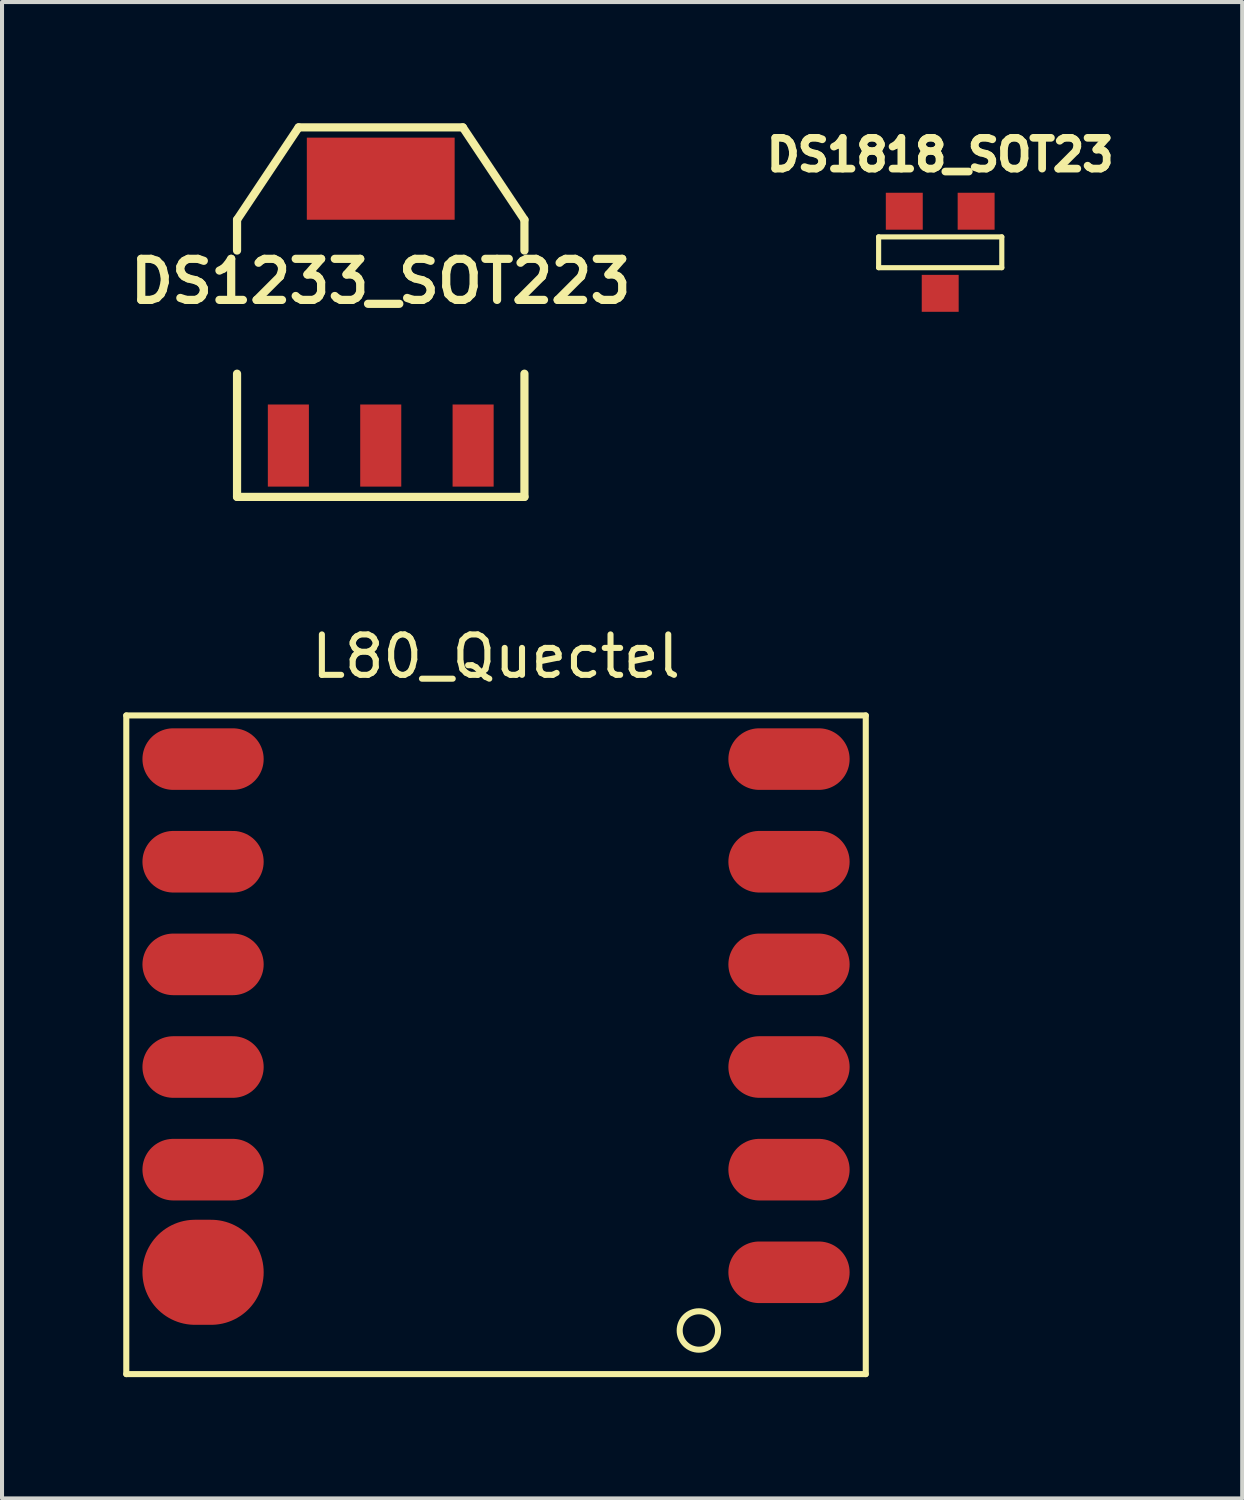
<source format=kicad_pcb>
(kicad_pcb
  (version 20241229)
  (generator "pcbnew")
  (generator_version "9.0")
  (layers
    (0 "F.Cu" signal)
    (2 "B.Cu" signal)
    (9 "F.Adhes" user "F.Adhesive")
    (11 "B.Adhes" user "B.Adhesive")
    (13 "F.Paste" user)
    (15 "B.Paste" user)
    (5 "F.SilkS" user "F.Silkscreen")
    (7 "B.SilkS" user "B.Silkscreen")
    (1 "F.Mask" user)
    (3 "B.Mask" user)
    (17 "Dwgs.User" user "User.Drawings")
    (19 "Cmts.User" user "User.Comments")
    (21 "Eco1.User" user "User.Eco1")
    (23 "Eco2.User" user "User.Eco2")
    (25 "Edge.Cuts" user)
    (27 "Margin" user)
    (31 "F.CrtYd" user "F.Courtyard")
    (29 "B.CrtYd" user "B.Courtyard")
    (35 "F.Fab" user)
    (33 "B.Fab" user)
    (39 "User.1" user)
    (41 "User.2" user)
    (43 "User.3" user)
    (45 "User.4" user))
  (footprint "L80_Quectel"
    (layer "F.Cu")
    (at 9.225 22.085)
    (property "Reference" "L80_Quectel" (at 0 -8.89 0) (layer "F.SilkS") (effects (font (size 1 1) (thickness 0.15))))
    (attr through_hole)
    (fp_line (start -9.15 -7.43) (end -9.15 8.87) (stroke (width 0.15) (type solid)) (layer "F.SilkS"))
    (fp_line (start -9.15 8.87) (end 9.15 8.87) (stroke (width 0.15) (type solid)) (layer "F.SilkS"))
    (fp_line (start 9.15 -7.43) (end -9.15 -7.43) (stroke (width 0.15) (type solid)) (layer "F.SilkS"))
    (fp_line (start 9.15 -7.43) (end 9.15 8.87) (stroke (width 0.15) (type solid)) (layer "F.SilkS"))
    (fp_circle (center 5.02 7.79) (end 5.38 8.1) (stroke (width 0.15) (type solid)) (fill no) (layer "F.SilkS"))
    (pad "1" smd oval (at 7.25 6.35) (size 3 1.524) (layers "F.Cu" "F.Mask" "F.Paste"))
    (pad "2" smd oval (at 7.25 3.81) (size 3 1.524) (layers "F.Cu" "F.Mask" "F.Paste"))
    (pad "3" smd oval (at 7.25 1.27) (size 3 1.524) (layers "F.Cu" "F.Mask" "F.Paste"))
    (pad "4" smd oval (at 7.25 -1.27) (size 3 1.524) (layers "F.Cu" "F.Mask" "F.Paste"))
    (pad "5" smd oval (at 7.25 -3.81) (size 3 1.524) (layers "F.Cu" "F.Mask" "F.Paste"))
    (pad "6" smd oval (at 7.25 -6.35) (size 3 1.524) (layers "F.Cu" "F.Mask" "F.Paste"))
    (pad "7" smd oval (at -7.25 -6.35) (size 3 1.524) (layers "F.Cu" "F.Mask" "F.Paste"))
    (pad "8" smd oval (at -7.25 -3.81) (size 3 1.524) (layers "F.Cu" "F.Mask" "F.Paste"))
    (pad "9" smd oval (at -7.25 -1.27) (size 3 1.524) (layers "F.Cu" "F.Mask" "F.Paste"))
    (pad "10" smd oval (at -7.25 1.27) (size 3 1.524) (layers "F.Cu" "F.Mask" "F.Paste"))
    (pad "11" smd oval (at -7.25 3.81) (size 3 1.524) (layers "F.Cu" "F.Mask" "F.Paste"))
    (pad "12" smd oval (at -7.25 6.35) (size 3 2.6) (layers "F.Cu" "F.Mask" "F.Paste")))
  (footprint "DS1233_SOT223"
    (layer "F.Cu")
    (at 6.372 4.674)
    (property "Reference" "DS1233_SOT223" (at 0 -0.762 0) (layer "F.SilkS") (effects (font (size 1.016 1.016) (thickness 0.203))))
    (attr smd)
    (fp_line (start -3.556 -2.286) (end -2.032 -4.572) (stroke (width 0.203) (type solid)) (layer "F.SilkS"))
    (fp_line (start -3.556 -1.524) (end -3.556 -2.286) (stroke (width 0.203) (type solid)) (layer "F.SilkS"))
    (fp_line (start -3.556 1.524) (end -3.556 4.572) (stroke (width 0.203) (type solid)) (layer "F.SilkS"))
    (fp_line (start -3.556 4.572) (end 3.556 4.572) (stroke (width 0.203) (type solid)) (layer "F.SilkS"))
    (fp_line (start -2.032 -4.572) (end 2.032 -4.572) (stroke (width 0.203) (type solid)) (layer "F.SilkS"))
    (fp_line (start 2.032 -4.572) (end 3.556 -2.286) (stroke (width 0.203) (type solid)) (layer "F.SilkS"))
    (fp_line (start 3.556 -2.286) (end 3.556 -1.524) (stroke (width 0.203) (type solid)) (layer "F.SilkS"))
    (fp_line (start 3.556 4.572) (end 3.556 1.524) (stroke (width 0.203) (type solid)) (layer "F.SilkS"))
    (pad "1" smd rect (at 0 -3.302) (size 3.658 2.032) (layers "F.Cu" "F.Mask" "F.Paste"))
    (pad "2" smd rect (at -2.286 3.302) (size 1.016 2.032) (layers "F.Cu" "F.Mask" "F.Paste"))
    (pad "3" smd rect (at 2.286 3.302) (size 1.016 2.032) (layers "F.Cu" "F.Mask" "F.Paste"))
    (pad "4" smd rect (at 0 3.302) (size 1.016 2.032) (layers "F.Cu" "F.Mask" "F.Paste")))
  (footprint "DS1818_SOT23"
    (layer "F.Cu")
    (at 20.217 3.193)
    (property "Reference" "DS1818_SOT23" (at 0 -2.413 0) (layer "F.SilkS") (effects (font (size 0.762 0.762) (thickness 0.191))))
    (attr smd)
    (fp_line (start -1.524 -0.381) (end 1.524 -0.381) (stroke (width 0.127) (type solid)) (layer "F.SilkS"))
    (fp_line (start -1.524 0.381) (end -1.524 -0.381) (stroke (width 0.127) (type solid)) (layer "F.SilkS"))
    (fp_line (start 1.524 -0.381) (end 1.524 0.381) (stroke (width 0.127) (type solid)) (layer "F.SilkS"))
    (fp_line (start 1.524 0.381) (end -1.524 0.381) (stroke (width 0.127) (type solid)) (layer "F.SilkS"))
    (pad "1" smd rect (at 0.889 -1.016) (size 0.914 0.914) (layers "F.Cu" "F.Mask" "F.Paste"))
    (pad "2" smd rect (at -0.889 -1.016) (size 0.914 0.914) (layers "F.Cu" "F.Mask" "F.Paste"))
    (pad "3" smd rect (at 0 1.016) (size 0.914 0.914) (layers "F.Cu" "F.Mask" "F.Paste")))
  (gr_rect
    (start -3 -3)
    (end 27.69 34.03)
    (stroke (width 0.1) (type default))
    (fill no)
    (layer "Edge.Cuts")))
</source>
